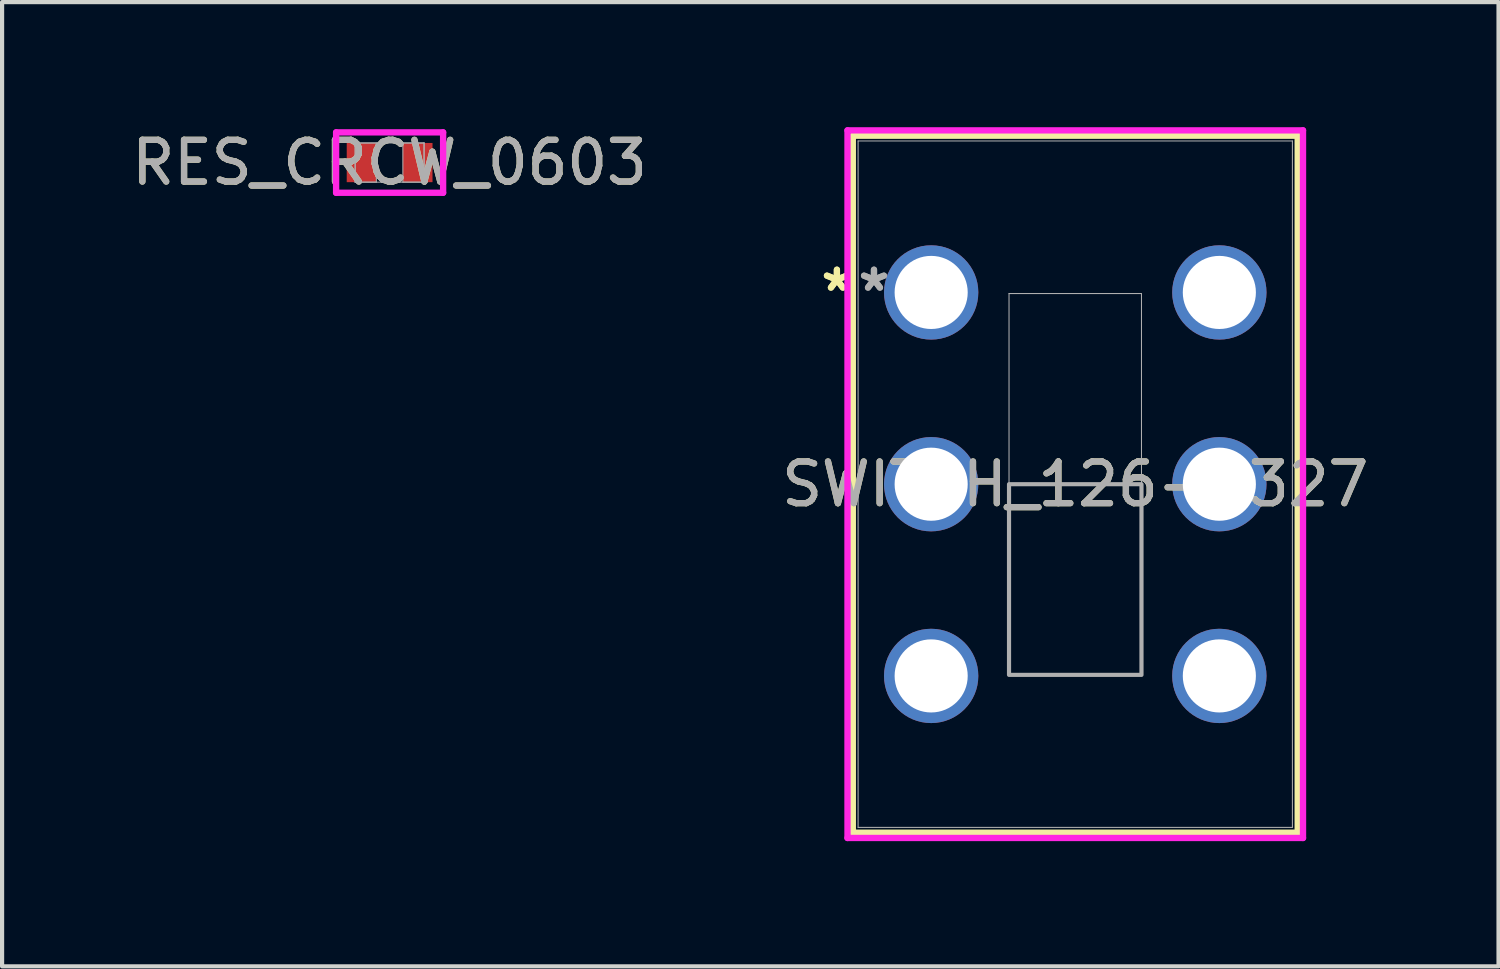
<source format=kicad_pcb>
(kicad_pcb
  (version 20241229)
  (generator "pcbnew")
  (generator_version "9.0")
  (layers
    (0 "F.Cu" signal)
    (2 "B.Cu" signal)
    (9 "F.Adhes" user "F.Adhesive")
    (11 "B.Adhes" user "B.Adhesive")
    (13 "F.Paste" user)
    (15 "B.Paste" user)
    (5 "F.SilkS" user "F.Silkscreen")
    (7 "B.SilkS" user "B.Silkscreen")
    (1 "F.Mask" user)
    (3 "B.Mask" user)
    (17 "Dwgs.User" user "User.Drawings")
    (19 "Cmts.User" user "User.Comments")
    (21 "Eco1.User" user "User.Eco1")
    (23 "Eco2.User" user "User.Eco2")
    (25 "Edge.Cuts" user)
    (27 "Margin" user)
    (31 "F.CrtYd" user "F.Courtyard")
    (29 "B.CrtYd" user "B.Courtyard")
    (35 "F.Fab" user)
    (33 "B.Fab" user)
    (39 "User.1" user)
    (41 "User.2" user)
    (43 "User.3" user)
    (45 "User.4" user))
  (footprint "RES_CRCW_0603"
    (layer "F.Cu")
    (at 6.292 0.848)
    (property "Reference" "RES_CRCW_0603" (at 0 0 0) (unlocked yes) (layer "F.SilkS") (effects (font (size 1 1) (thickness 0.15))))
    (attr smd)
    (fp_line (start -1.283 -0.724) (end 1.283 -0.724) (stroke (width 0.152) (type solid)) (layer "F.CrtYd"))
    (fp_line (start -1.283 0.724) (end -1.283 -0.724) (stroke (width 0.152) (type solid)) (layer "F.CrtYd"))
    (fp_line (start 1.283 -0.724) (end 1.283 0.724) (stroke (width 0.152) (type solid)) (layer "F.CrtYd"))
    (fp_line (start 1.283 0.724) (end -1.283 0.724) (stroke (width 0.152) (type solid)) (layer "F.CrtYd"))
    (fp_line (start -0.826 -0.47) (end -0.826 0.47) (stroke (width 0.025) (type solid)) (layer "F.Fab"))
    (fp_line (start -0.826 -0.47) (end -0.826 0.47) (stroke (width 0.025) (type solid)) (layer "F.Fab"))
    (fp_line (start -0.826 0.47) (end -0.318 0.47) (stroke (width 0.025) (type solid)) (layer "F.Fab"))
    (fp_line (start -0.826 0.47) (end 0.826 0.47) (stroke (width 0.025) (type solid)) (layer "F.Fab"))
    (fp_line (start -0.318 -0.47) (end -0.826 -0.47) (stroke (width 0.025) (type solid)) (layer "F.Fab"))
    (fp_line (start -0.318 0.47) (end -0.318 -0.47) (stroke (width 0.025) (type solid)) (layer "F.Fab"))
    (fp_line (start 0.318 -0.47) (end 0.318 0.47) (stroke (width 0.025) (type solid)) (layer "F.Fab"))
    (fp_line (start 0.318 0.47) (end 0.826 0.47) (stroke (width 0.025) (type solid)) (layer "F.Fab"))
    (fp_line (start 0.826 -0.47) (end -0.826 -0.47) (stroke (width 0.025) (type solid)) (layer "F.Fab"))
    (fp_line (start 0.826 -0.47) (end 0.318 -0.47) (stroke (width 0.025) (type solid)) (layer "F.Fab"))
    (fp_line (start 0.826 0.47) (end 0.826 -0.47) (stroke (width 0.025) (type solid)) (layer "F.Fab"))
    (fp_line (start 0.826 0.47) (end 0.826 -0.47) (stroke (width 0.025) (type solid)) (layer "F.Fab"))
    (fp_text user "${REFERENCE}" (at 0 0 0) (unlocked yes) (layer "F.Fab") (effects (font (size 1 1) (thickness 0.15))))
    (pad "1" smd rect (at -0.673 0) (size 0.711 0.94) (layers "F.Cu" "F.Mask" "F.Paste"))
    (pad "2" smd rect (at 0.673 0) (size 0.711 0.94) (layers "F.Cu" "F.Mask" "F.Paste"))
    (zone (net_name "") (layer "F.Cu") (hatch full 0.508) (connect_pads) (min_thickness 0.254) (filled_areas_thickness no) (keepout (tracks not_allowed) (vias not_allowed) (pads allowed) (copperpour not_allowed) (footprints allowed)) (placement (enabled no)) (fill) (polygon (pts (xy 6.025 0.429) (xy 6.558 0.429) (xy 6.558 1.267) (xy 6.025 1.267)))))
  (footprint "SWITCH_126-0327"
    (layer "F.Cu")
    (at 26.187 13.157)
    (property "Reference" "SWITCH_126-0327" (at -3.455 -4.597 0) (unlocked yes) (layer "F.SilkS") (effects (font (size 1 1) (thickness 0.15))))
    (attr through_hole)
    (fp_line (start -8.789 -12.954) (end -8.789 3.759) (stroke (width 0.152) (type solid)) (layer "F.SilkS"))
    (fp_line (start -8.789 3.759) (end 1.879 3.759) (stroke (width 0.152) (type solid)) (layer "F.SilkS"))
    (fp_line (start 1.879 -12.954) (end -8.789 -12.954) (stroke (width 0.152) (type solid)) (layer "F.SilkS"))
    (fp_line (start 1.879 3.759) (end 1.879 -12.954) (stroke (width 0.152) (type solid)) (layer "F.SilkS"))
    (fp_line (start -8.916 -13.081) (end -8.916 3.886) (stroke (width 0.152) (type solid)) (layer "F.CrtYd"))
    (fp_line (start -8.916 3.886) (end 2.006 3.886) (stroke (width 0.152) (type solid)) (layer "F.CrtYd"))
    (fp_line (start 2.006 -13.081) (end -8.916 -13.081) (stroke (width 0.152) (type solid)) (layer "F.CrtYd"))
    (fp_line (start 2.006 3.886) (end 2.006 -13.081) (stroke (width 0.152) (type solid)) (layer "F.CrtYd"))
    (fp_line (start -8.662 -12.827) (end -8.662 3.632) (stroke (width 0.025) (type solid)) (layer "F.Fab"))
    (fp_line (start -8.662 3.632) (end 1.752 3.632) (stroke (width 0.025) (type solid)) (layer "F.Fab"))
    (fp_line (start -5.043 -9.169) (end -1.867 -9.169) (stroke (width 0.025) (type solid)) (layer "F.Fab"))
    (fp_line (start -5.043 -0.025) (end -5.043 -9.169) (stroke (width 0.025) (type solid)) (layer "F.Fab"))
    (fp_line (start -1.867 -9.169) (end -1.867 -0.025) (stroke (width 0.025) (type solid)) (layer "F.Fab"))
    (fp_line (start -1.867 -0.025) (end -5.043 -0.025) (stroke (width 0.025) (type solid)) (layer "F.Fab"))
    (fp_line (start 1.752 -12.827) (end -8.662 -12.827) (stroke (width 0.025) (type solid)) (layer "F.Fab"))
    (fp_line (start 1.752 3.632) (end 1.752 -12.827) (stroke (width 0.025) (type solid)) (layer "F.Fab"))
    (fp_poly (pts (xy -5.043 -0.025) (xy -5.043 -4.597) (xy -1.867 -4.597) (xy -1.867 -0.025)) (stroke (width 0.1) (type solid)) (fill no) (layer "F.Fab"))
    (fp_text user "*" (at -9.17 -9.195 0) (unlocked yes) (layer "F.SilkS") (effects (font (size 1 1) (thickness 0.15))))
    (fp_text user "*" (at -9.17 -9.195 0) (layer "F.SilkS") (effects (font (size 1 1) (thickness 0.15))))
    (fp_text user "*" (at -8.281 -9.195 0) (layer "F.Fab") (effects (font (size 1 1) (thickness 0.15))))
    (fp_text user "*" (at -8.281 -9.195 0) (unlocked yes) (layer "F.Fab") (effects (font (size 1 1) (thickness 0.15))))
    (fp_text user "${REFERENCE}" (at -3.455 -4.597 0) (unlocked yes) (layer "F.Fab") (effects (font (size 1 1) (thickness 0.15))))
    (pad "1" thru_hole circle (at -6.91 -9.195) (size 2.261 2.261) (drill 1.753) (layers "*.Cu" "*.Mask"))
    (pad "2" thru_hole circle (at -6.91 -4.597) (size 2.261 2.261) (drill 1.753) (layers "*.Cu" "*.Mask"))
    (pad "3" thru_hole circle (at -6.91 0) (size 2.261 2.261) (drill 1.753) (layers "*.Cu" "*.Mask"))
    (pad "4" thru_hole circle (at 0 0) (size 2.261 2.261) (drill 1.753) (layers "*.Cu" "*.Mask"))
    (pad "5" thru_hole circle (at 0 -4.597) (size 2.261 2.261) (drill 1.753) (layers "*.Cu" "*.Mask"))
    (pad "6" thru_hole circle (at 0 -9.195) (size 2.261 2.261) (drill 1.753) (layers "*.Cu" "*.Mask")))
  (gr_rect
    (start -3 -3)
    (end 32.881 20.12)
    (stroke (width 0.1) (type default))
    (fill no)
    (layer "Edge.Cuts")))
</source>
